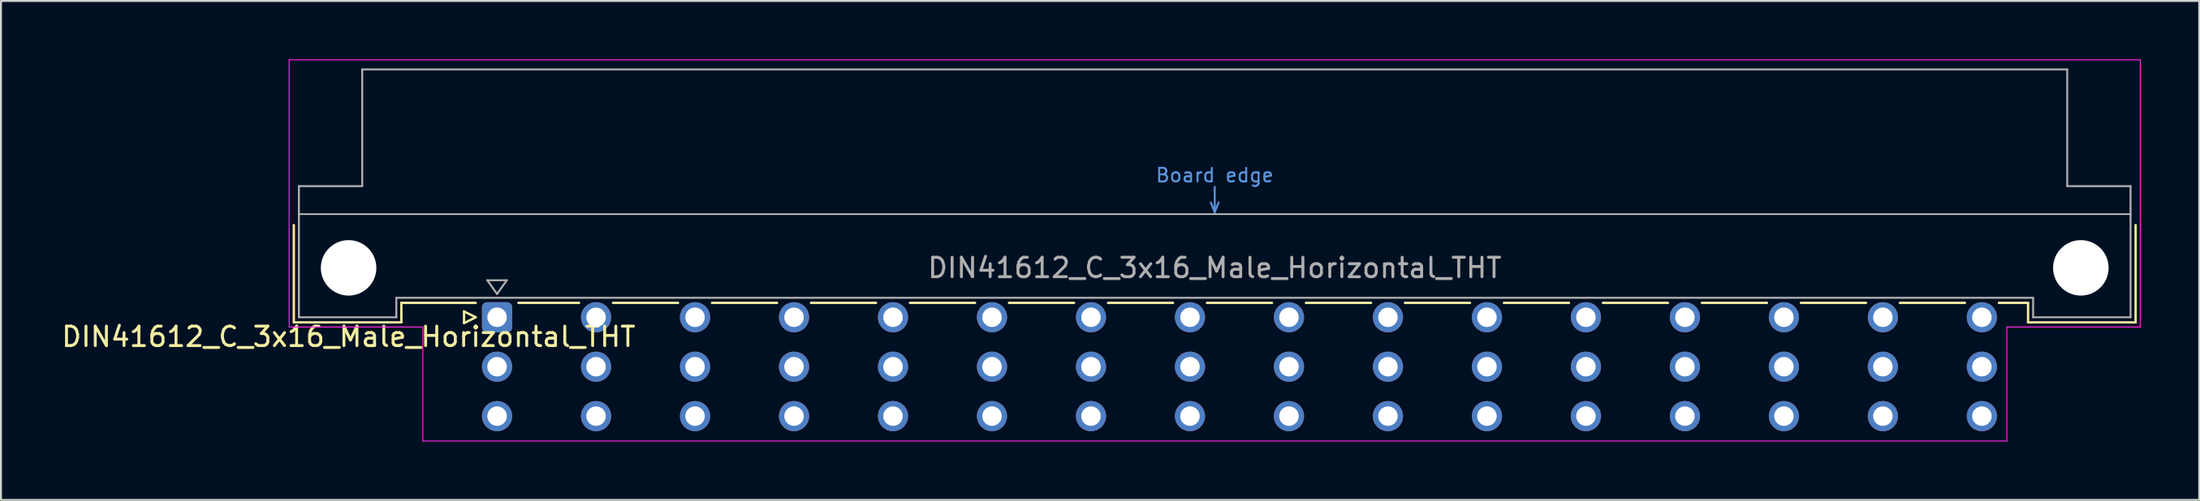
<source format=kicad_pcb>
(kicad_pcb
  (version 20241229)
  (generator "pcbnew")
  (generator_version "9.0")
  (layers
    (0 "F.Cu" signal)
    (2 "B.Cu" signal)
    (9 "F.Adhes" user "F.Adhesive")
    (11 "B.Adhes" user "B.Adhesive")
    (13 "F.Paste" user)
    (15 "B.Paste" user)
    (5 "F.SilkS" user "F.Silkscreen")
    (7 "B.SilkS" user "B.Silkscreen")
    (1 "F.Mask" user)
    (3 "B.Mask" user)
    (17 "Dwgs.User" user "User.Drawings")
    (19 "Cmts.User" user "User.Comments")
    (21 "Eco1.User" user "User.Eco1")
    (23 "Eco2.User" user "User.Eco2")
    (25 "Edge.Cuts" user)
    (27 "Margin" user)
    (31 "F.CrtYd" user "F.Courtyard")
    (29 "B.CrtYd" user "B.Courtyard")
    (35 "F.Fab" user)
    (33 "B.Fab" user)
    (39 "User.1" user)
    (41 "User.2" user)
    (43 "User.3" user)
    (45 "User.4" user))
  (footprint "DIN41612_C_3x16_Male_Horizontal_THT"
    (layer "F.Cu")
    (at 19.919 13.255)
    (property "Reference" "DIN41612_C_3x16_Male_Horizontal_THT" (at -5.08 1 0) (layer "F.SilkS") (effects (font (size 1 1) (thickness 0.15))))
    (attr through_hole)
    (fp_line (start -7.89 -4.74) (end -7.89 0.26) (stroke (width 0.12) (type solid)) (layer "F.SilkS"))
    (fp_line (start -7.89 0.26) (end -2.37 0.26) (stroke (width 0.12) (type solid)) (layer "F.SilkS"))
    (fp_line (start -2.371 -0.74) (end 1.445 -0.74) (stroke (width 0.12) (type solid)) (layer "F.SilkS"))
    (fp_line (start -2.37 0.26) (end -2.37 -0.74) (stroke (width 0.12) (type solid)) (layer "F.SilkS"))
    (fp_line (start 0.845 -0.3) (end 0.845 0.3) (stroke (width 0.12) (type solid)) (layer "F.SilkS"))
    (fp_line (start 0.845 0.3) (end 1.445 0) (stroke (width 0.12) (type solid)) (layer "F.SilkS"))
    (fp_line (start 1.445 0) (end 0.845 -0.3) (stroke (width 0.12) (type solid)) (layer "F.SilkS"))
    (fp_line (start 3.635 -0.74) (end 6.751 -0.74) (stroke (width 0.12) (type solid)) (layer "F.SilkS"))
    (fp_line (start 8.49 -0.74) (end 11.831 -0.74) (stroke (width 0.12) (type solid)) (layer "F.SilkS"))
    (fp_line (start 13.57 -0.74) (end 16.911 -0.74) (stroke (width 0.12) (type solid)) (layer "F.SilkS"))
    (fp_line (start 18.65 -0.74) (end 21.991 -0.74) (stroke (width 0.12) (type solid)) (layer "F.SilkS"))
    (fp_line (start 23.73 -0.74) (end 27.071 -0.74) (stroke (width 0.12) (type solid)) (layer "F.SilkS"))
    (fp_line (start 28.81 -0.74) (end 32.151 -0.74) (stroke (width 0.12) (type solid)) (layer "F.SilkS"))
    (fp_line (start 33.89 -0.74) (end 37.231 -0.74) (stroke (width 0.12) (type solid)) (layer "F.SilkS"))
    (fp_line (start 38.97 -0.74) (end 42.311 -0.74) (stroke (width 0.12) (type solid)) (layer "F.SilkS"))
    (fp_line (start 44.05 -0.74) (end 47.391 -0.74) (stroke (width 0.12) (type solid)) (layer "F.SilkS"))
    (fp_line (start 49.13 -0.74) (end 52.471 -0.74) (stroke (width 0.12) (type solid)) (layer "F.SilkS"))
    (fp_line (start 54.21 -0.74) (end 57.551 -0.74) (stroke (width 0.12) (type solid)) (layer "F.SilkS"))
    (fp_line (start 59.29 -0.74) (end 62.631 -0.74) (stroke (width 0.12) (type solid)) (layer "F.SilkS"))
    (fp_line (start 64.37 -0.74) (end 67.711 -0.74) (stroke (width 0.12) (type solid)) (layer "F.SilkS"))
    (fp_line (start 69.45 -0.74) (end 72.791 -0.74) (stroke (width 0.12) (type solid)) (layer "F.SilkS"))
    (fp_line (start 74.53 -0.74) (end 77.871 -0.74) (stroke (width 0.12) (type solid)) (layer "F.SilkS"))
    (fp_line (start 79.61 -0.74) (end 81.11 -0.74) (stroke (width 0.12) (type solid)) (layer "F.SilkS"))
    (fp_line (start 81.11 0.26) (end 81.11 -0.74) (stroke (width 0.12) (type solid)) (layer "F.SilkS"))
    (fp_line (start 86.63 -4.74) (end 86.63 0.26) (stroke (width 0.12) (type solid)) (layer "F.SilkS"))
    (fp_line (start 86.63 0.26) (end 81.11 0.26) (stroke (width 0.12) (type solid)) (layer "F.SilkS"))
    (fp_line (start -7.63 -5.3) (end 86.37 -5.3) (stroke (width 0.08) (type solid)) (layer "Dwgs.User"))
    (fp_line (start 39.17 -5.9) (end 39.37 -5.4) (stroke (width 0.1) (type solid)) (layer "Cmts.User"))
    (fp_line (start 39.37 -5.4) (end 39.37 -6.7) (stroke (width 0.1) (type solid)) (layer "Cmts.User"))
    (fp_line (start 39.37 -5.4) (end 39.57 -5.9) (stroke (width 0.1) (type solid)) (layer "Cmts.User"))
    (fp_line (start -8.13 -13.23) (end -8.13 0.5) (stroke (width 0.05) (type solid)) (layer "F.CrtYd"))
    (fp_line (start -8.13 0.5) (end -1.27 0.5) (stroke (width 0.05) (type solid)) (layer "F.CrtYd"))
    (fp_line (start -1.27 0.5) (end -1.27 6.36) (stroke (width 0.05) (type solid)) (layer "F.CrtYd"))
    (fp_line (start -1.27 6.36) (end 80.02 6.36) (stroke (width 0.05) (type solid)) (layer "F.CrtYd"))
    (fp_line (start 80.02 0.5) (end 86.87 0.5) (stroke (width 0.05) (type solid)) (layer "F.CrtYd"))
    (fp_line (start 80.02 6.36) (end 80.02 0.5) (stroke (width 0.05) (type solid)) (layer "F.CrtYd"))
    (fp_line (start 86.87 -13.23) (end -8.13 -13.23) (stroke (width 0.05) (type solid)) (layer "F.CrtYd"))
    (fp_line (start 86.87 0.5) (end 86.87 -13.23) (stroke (width 0.05) (type solid)) (layer "F.CrtYd"))
    (fp_line (start -7.63 -6.74) (end -7.63 0) (stroke (width 0.1) (type solid)) (layer "F.Fab"))
    (fp_line (start -7.63 0) (end -2.63 0) (stroke (width 0.1) (type solid)) (layer "F.Fab"))
    (fp_line (start -4.38 -12.74) (end -4.38 -6.74) (stroke (width 0.1) (type solid)) (layer "F.Fab"))
    (fp_line (start -4.38 -6.74) (end -7.63 -6.74) (stroke (width 0.1) (type solid)) (layer "F.Fab"))
    (fp_line (start -2.63 -1) (end 81.37 -1) (stroke (width 0.1) (type solid)) (layer "F.Fab"))
    (fp_line (start -2.63 0) (end -2.63 -1) (stroke (width 0.1) (type solid)) (layer "F.Fab"))
    (fp_line (start 2.04 -1.9) (end 3.04 -1.9) (stroke (width 0.1) (type solid)) (layer "F.Fab"))
    (fp_line (start 2.54 -1.2) (end 2.04 -1.9) (stroke (width 0.1) (type solid)) (layer "F.Fab"))
    (fp_line (start 3.04 -1.9) (end 2.54 -1.2) (stroke (width 0.1) (type solid)) (layer "F.Fab"))
    (fp_line (start 81.37 -1) (end 81.37 0) (stroke (width 0.1) (type solid)) (layer "F.Fab"))
    (fp_line (start 81.37 0) (end 86.37 0) (stroke (width 0.1) (type solid)) (layer "F.Fab"))
    (fp_line (start 83.12 -12.74) (end -4.38 -12.74) (stroke (width 0.1) (type solid)) (layer "F.Fab"))
    (fp_line (start 83.12 -6.74) (end 83.12 -12.74) (stroke (width 0.1) (type solid)) (layer "F.Fab"))
    (fp_line (start 86.37 -6.74) (end 83.12 -6.74) (stroke (width 0.1) (type solid)) (layer "F.Fab"))
    (fp_line (start 86.37 0) (end 86.37 -6.74) (stroke (width 0.1) (type solid)) (layer "F.Fab"))
    (fp_text user "Board edge" (at 39.37 -7.3 0) (layer "Cmts.User") (effects (font (size 0.7 0.7) (thickness 0.1))))
    (fp_text user "${REFERENCE}" (at 39.37 -2.54 0) (layer "F.Fab") (effects (font (size 1 1) (thickness 0.15))))
    (pad "" np_thru_hole circle (at -5.08 -2.54) (size 2.85 2.85) (drill 2.85) (layers "*.Cu" "*.Mask"))
    (pad "" np_thru_hole circle (at 83.82 -2.54) (size 2.85 2.85) (drill 2.85) (layers "*.Cu" "*.Mask"))
    (pad "a2" thru_hole roundrect (at 2.54 0) (size 1.55 1.55) (drill 1) (layers "*.Cu" "*.Mask") (roundrect_rratio 0.161))
    (pad "a4" thru_hole circle (at 7.62 0) (size 1.55 1.55) (drill 1) (layers "*.Cu" "*.Mask"))
    (pad "a6" thru_hole circle (at 12.7 0) (size 1.55 1.55) (drill 1) (layers "*.Cu" "*.Mask"))
    (pad "a8" thru_hole circle (at 17.78 0) (size 1.55 1.55) (drill 1) (layers "*.Cu" "*.Mask"))
    (pad "a10" thru_hole circle (at 22.86 0) (size 1.55 1.55) (drill 1) (layers "*.Cu" "*.Mask"))
    (pad "a12" thru_hole circle (at 27.94 0) (size 1.55 1.55) (drill 1) (layers "*.Cu" "*.Mask"))
    (pad "a14" thru_hole circle (at 33.02 0) (size 1.55 1.55) (drill 1) (layers "*.Cu" "*.Mask"))
    (pad "a16" thru_hole circle (at 38.1 0) (size 1.55 1.55) (drill 1) (layers "*.Cu" "*.Mask"))
    (pad "a18" thru_hole circle (at 43.18 0) (size 1.55 1.55) (drill 1) (layers "*.Cu" "*.Mask"))
    (pad "a20" thru_hole circle (at 48.26 0) (size 1.55 1.55) (drill 1) (layers "*.Cu" "*.Mask"))
    (pad "a22" thru_hole circle (at 53.34 0) (size 1.55 1.55) (drill 1) (layers "*.Cu" "*.Mask"))
    (pad "a24" thru_hole circle (at 58.42 0) (size 1.55 1.55) (drill 1) (layers "*.Cu" "*.Mask"))
    (pad "a26" thru_hole circle (at 63.5 0) (size 1.55 1.55) (drill 1) (layers "*.Cu" "*.Mask"))
    (pad "a28" thru_hole circle (at 68.58 0) (size 1.55 1.55) (drill 1) (layers "*.Cu" "*.Mask"))
    (pad "a30" thru_hole circle (at 73.66 0) (size 1.55 1.55) (drill 1) (layers "*.Cu" "*.Mask"))
    (pad "a32" thru_hole circle (at 78.74 0) (size 1.55 1.55) (drill 1) (layers "*.Cu" "*.Mask"))
    (pad "b2" thru_hole circle (at 2.54 2.54) (size 1.55 1.55) (drill 1) (layers "*.Cu" "*.Mask"))
    (pad "b4" thru_hole circle (at 7.62 2.54) (size 1.55 1.55) (drill 1) (layers "*.Cu" "*.Mask"))
    (pad "b6" thru_hole circle (at 12.7 2.54) (size 1.55 1.55) (drill 1) (layers "*.Cu" "*.Mask"))
    (pad "b8" thru_hole circle (at 17.78 2.54) (size 1.55 1.55) (drill 1) (layers "*.Cu" "*.Mask"))
    (pad "b10" thru_hole circle (at 22.86 2.54) (size 1.55 1.55) (drill 1) (layers "*.Cu" "*.Mask"))
    (pad "b12" thru_hole circle (at 27.94 2.54) (size 1.55 1.55) (drill 1) (layers "*.Cu" "*.Mask"))
    (pad "b14" thru_hole circle (at 33.02 2.54) (size 1.55 1.55) (drill 1) (layers "*.Cu" "*.Mask"))
    (pad "b16" thru_hole circle (at 38.1 2.54) (size 1.55 1.55) (drill 1) (layers "*.Cu" "*.Mask"))
    (pad "b18" thru_hole circle (at 43.18 2.54) (size 1.55 1.55) (drill 1) (layers "*.Cu" "*.Mask"))
    (pad "b20" thru_hole circle (at 48.26 2.54) (size 1.55 1.55) (drill 1) (layers "*.Cu" "*.Mask"))
    (pad "b22" thru_hole circle (at 53.34 2.54) (size 1.55 1.55) (drill 1) (layers "*.Cu" "*.Mask"))
    (pad "b24" thru_hole circle (at 58.42 2.54) (size 1.55 1.55) (drill 1) (layers "*.Cu" "*.Mask"))
    (pad "b26" thru_hole circle (at 63.5 2.54) (size 1.55 1.55) (drill 1) (layers "*.Cu" "*.Mask"))
    (pad "b28" thru_hole circle (at 68.58 2.54) (size 1.55 1.55) (drill 1) (layers "*.Cu" "*.Mask"))
    (pad "b30" thru_hole circle (at 73.66 2.54) (size 1.55 1.55) (drill 1) (layers "*.Cu" "*.Mask"))
    (pad "b32" thru_hole circle (at 78.74 2.54) (size 1.55 1.55) (drill 1) (layers "*.Cu" "*.Mask"))
    (pad "c2" thru_hole circle (at 2.54 5.08) (size 1.55 1.55) (drill 1) (layers "*.Cu" "*.Mask"))
    (pad "c4" thru_hole circle (at 7.62 5.08) (size 1.55 1.55) (drill 1) (layers "*.Cu" "*.Mask"))
    (pad "c6" thru_hole circle (at 12.7 5.08) (size 1.55 1.55) (drill 1) (layers "*.Cu" "*.Mask"))
    (pad "c8" thru_hole circle (at 17.78 5.08) (size 1.55 1.55) (drill 1) (layers "*.Cu" "*.Mask"))
    (pad "c10" thru_hole circle (at 22.86 5.08) (size 1.55 1.55) (drill 1) (layers "*.Cu" "*.Mask"))
    (pad "c12" thru_hole circle (at 27.94 5.08) (size 1.55 1.55) (drill 1) (layers "*.Cu" "*.Mask"))
    (pad "c14" thru_hole circle (at 33.02 5.08) (size 1.55 1.55) (drill 1) (layers "*.Cu" "*.Mask"))
    (pad "c16" thru_hole circle (at 38.1 5.08) (size 1.55 1.55) (drill 1) (layers "*.Cu" "*.Mask"))
    (pad "c18" thru_hole circle (at 43.18 5.08) (size 1.55 1.55) (drill 1) (layers "*.Cu" "*.Mask"))
    (pad "c20" thru_hole circle (at 48.26 5.08) (size 1.55 1.55) (drill 1) (layers "*.Cu" "*.Mask"))
    (pad "c22" thru_hole circle (at 53.34 5.08) (size 1.55 1.55) (drill 1) (layers "*.Cu" "*.Mask"))
    (pad "c24" thru_hole circle (at 58.42 5.08) (size 1.55 1.55) (drill 1) (layers "*.Cu" "*.Mask"))
    (pad "c26" thru_hole circle (at 63.5 5.08) (size 1.55 1.55) (drill 1) (layers "*.Cu" "*.Mask"))
    (pad "c28" thru_hole circle (at 68.58 5.08) (size 1.55 1.55) (drill 1) (layers "*.Cu" "*.Mask"))
    (pad "c30" thru_hole circle (at 73.66 5.08) (size 1.55 1.55) (drill 1) (layers "*.Cu" "*.Mask"))
    (pad "c32" thru_hole circle (at 78.74 5.08) (size 1.55 1.55) (drill 1) (layers "*.Cu" "*.Mask")))
  (gr_rect
    (start -3 -3)
    (end 109.814 22.64)
    (stroke (width 0.1) (type default))
    (fill no)
    (layer "Edge.Cuts")))
</source>
